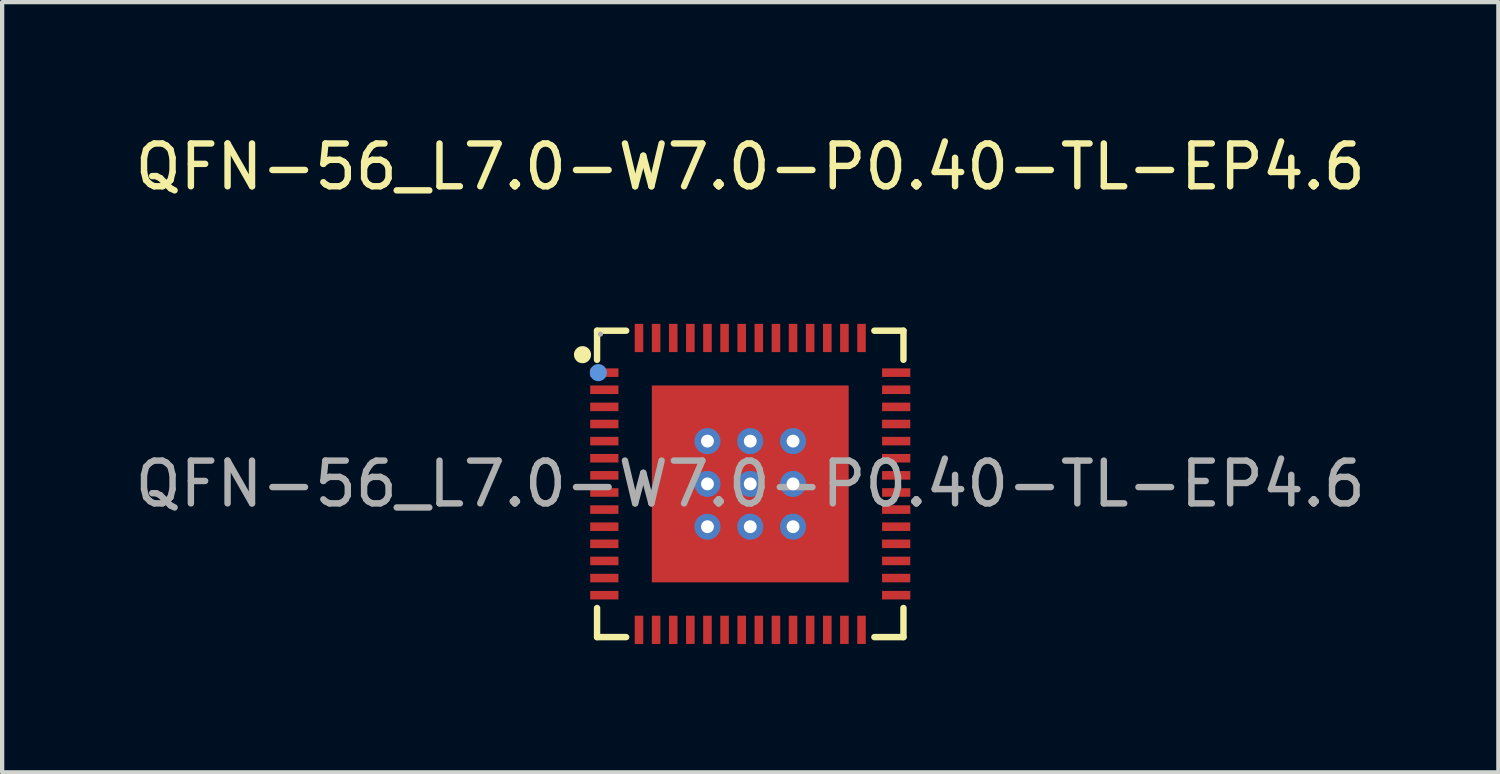
<source format=kicad_pcb>
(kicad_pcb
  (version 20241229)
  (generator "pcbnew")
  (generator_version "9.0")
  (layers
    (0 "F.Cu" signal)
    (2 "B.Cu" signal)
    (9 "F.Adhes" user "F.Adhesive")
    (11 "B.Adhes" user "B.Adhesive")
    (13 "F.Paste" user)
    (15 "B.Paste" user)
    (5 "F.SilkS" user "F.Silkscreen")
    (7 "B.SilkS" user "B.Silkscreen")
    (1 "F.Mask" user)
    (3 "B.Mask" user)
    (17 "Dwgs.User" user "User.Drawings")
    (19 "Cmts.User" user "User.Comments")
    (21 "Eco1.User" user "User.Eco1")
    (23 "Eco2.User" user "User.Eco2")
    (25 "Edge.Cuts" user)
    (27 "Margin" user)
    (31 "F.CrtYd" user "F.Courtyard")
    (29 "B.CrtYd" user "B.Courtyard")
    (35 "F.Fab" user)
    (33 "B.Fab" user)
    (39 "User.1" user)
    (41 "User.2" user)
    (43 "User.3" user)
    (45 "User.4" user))
  (footprint "QFN-56_L7.0-W7.0-P0.40-TL-EP4.6"
    (layer "F.Cu")
    (at 14.482 8.258)
    (property "Reference" "QFN-56_L7.0-W7.0-P0.40-TL-EP4.6" (at 0 -7.41 0) (layer "F.SilkS") (effects (font (size 1 1) (thickness 0.15))))
    (attr smd)
    (fp_line (start -3.58 -3.58) (end -3.58 -2.9) (stroke (width 0.15) (type solid)) (layer "F.SilkS"))
    (fp_line (start -3.58 3.58) (end -3.58 2.9) (stroke (width 0.15) (type solid)) (layer "F.SilkS"))
    (fp_line (start -2.9 -3.58) (end -3.58 -3.58) (stroke (width 0.15) (type solid)) (layer "F.SilkS"))
    (fp_line (start -2.9 3.58) (end -3.58 3.58) (stroke (width 0.15) (type solid)) (layer "F.SilkS"))
    (fp_line (start 2.9 -3.58) (end 3.58 -3.58) (stroke (width 0.15) (type solid)) (layer "F.SilkS"))
    (fp_line (start 2.9 3.58) (end 3.58 3.58) (stroke (width 0.15) (type solid)) (layer "F.SilkS"))
    (fp_line (start 3.58 -3.58) (end 3.58 -2.9) (stroke (width 0.15) (type solid)) (layer "F.SilkS"))
    (fp_line (start 3.58 3.58) (end 3.58 2.9) (stroke (width 0.15) (type solid)) (layer "F.SilkS"))
    (fp_circle (center -3.92 -3.02) (end -3.82 -3.02) (stroke (width 0.2) (type solid)) (fill no) (layer "F.SilkS"))
    (fp_circle (center -3.55 -2.6) (end -3.45 -2.6) (stroke (width 0.2) (type solid)) (fill no) (layer "Cmts.User"))
    (fp_circle (center -3.5 -3.5) (end -3.47 -3.5) (stroke (width 0.06) (type solid)) (fill no) (layer "F.Fab"))
    (fp_text user "${REFERENCE}" (at 0 0 0) (layer "F.Fab") (effects (font (size 1 1) (thickness 0.15))))
    (pad "" thru_hole circle (at -1 -1) (size 0.61 0.61) (drill 0.3) (layers "*.Cu" "*.Paste" "*.Mask"))
    (pad "" thru_hole circle (at -1 0) (size 0.61 0.61) (drill 0.3) (layers "*.Cu" "*.Paste" "*.Mask"))
    (pad "" thru_hole circle (at -1 1) (size 0.61 0.61) (drill 0.3) (layers "*.Cu" "*.Paste" "*.Mask"))
    (pad "" thru_hole circle (at 0 -1) (size 0.61 0.61) (drill 0.3) (layers "*.Cu" "*.Paste" "*.Mask"))
    (pad "" thru_hole circle (at 0 0) (size 0.61 0.61) (drill 0.3) (layers "*.Cu" "*.Paste" "*.Mask"))
    (pad "" thru_hole circle (at 0 1) (size 0.61 0.61) (drill 0.3) (layers "*.Cu" "*.Paste" "*.Mask"))
    (pad "" thru_hole circle (at 1 -1) (size 0.61 0.61) (drill 0.3) (layers "*.Cu" "*.Paste" "*.Mask"))
    (pad "" thru_hole circle (at 1 0) (size 0.61 0.61) (drill 0.3) (layers "*.Cu" "*.Paste" "*.Mask"))
    (pad "" thru_hole circle (at 1 1) (size 0.61 0.61) (drill 0.3) (layers "*.Cu" "*.Paste" "*.Mask"))
    (pad "1" smd rect (at -3.41 -2.6) (size 0.66 0.2) (layers "F.Cu" "F.Mask" "F.Paste"))
    (pad "2" smd rect (at -3.41 -2.2) (size 0.66 0.2) (layers "F.Cu" "F.Mask" "F.Paste"))
    (pad "3" smd rect (at -3.41 -1.8) (size 0.66 0.2) (layers "F.Cu" "F.Mask" "F.Paste"))
    (pad "4" smd rect (at -3.41 -1.4) (size 0.66 0.2) (layers "F.Cu" "F.Mask" "F.Paste"))
    (pad "5" smd rect (at -3.41 -1) (size 0.66 0.2) (layers "F.Cu" "F.Mask" "F.Paste"))
    (pad "6" smd rect (at -3.41 -0.6) (size 0.66 0.2) (layers "F.Cu" "F.Mask" "F.Paste"))
    (pad "7" smd rect (at -3.41 -0.2) (size 0.66 0.2) (layers "F.Cu" "F.Mask" "F.Paste"))
    (pad "8" smd rect (at -3.41 0.2) (size 0.66 0.2) (layers "F.Cu" "F.Mask" "F.Paste"))
    (pad "9" smd rect (at -3.41 0.6) (size 0.66 0.2) (layers "F.Cu" "F.Mask" "F.Paste"))
    (pad "10" smd rect (at -3.41 1) (size 0.66 0.2) (layers "F.Cu" "F.Mask" "F.Paste"))
    (pad "11" smd rect (at -3.41 1.4) (size 0.66 0.2) (layers "F.Cu" "F.Mask" "F.Paste"))
    (pad "12" smd rect (at -3.41 1.8) (size 0.66 0.2) (layers "F.Cu" "F.Mask" "F.Paste"))
    (pad "13" smd rect (at -3.41 2.2) (size 0.66 0.2) (layers "F.Cu" "F.Mask" "F.Paste"))
    (pad "14" smd rect (at -3.41 2.6) (size 0.66 0.2) (layers "F.Cu" "F.Mask" "F.Paste"))
    (pad "15" smd rect (at -2.6 3.41) (size 0.2 0.66) (layers "F.Cu" "F.Mask" "F.Paste"))
    (pad "16" smd rect (at -2.2 3.41) (size 0.2 0.66) (layers "F.Cu" "F.Mask" "F.Paste"))
    (pad "17" smd rect (at -1.8 3.41) (size 0.2 0.66) (layers "F.Cu" "F.Mask" "F.Paste"))
    (pad "18" smd rect (at -1.4 3.41) (size 0.2 0.66) (layers "F.Cu" "F.Mask" "F.Paste"))
    (pad "19" smd rect (at -1 3.41) (size 0.2 0.66) (layers "F.Cu" "F.Mask" "F.Paste"))
    (pad "20" smd rect (at -0.6 3.41) (size 0.2 0.66) (layers "F.Cu" "F.Mask" "F.Paste"))
    (pad "21" smd rect (at -0.2 3.41) (size 0.2 0.66) (layers "F.Cu" "F.Mask" "F.Paste"))
    (pad "22" smd rect (at 0.2 3.41) (size 0.2 0.66) (layers "F.Cu" "F.Mask" "F.Paste"))
    (pad "23" smd rect (at 0.6 3.41) (size 0.2 0.66) (layers "F.Cu" "F.Mask" "F.Paste"))
    (pad "24" smd rect (at 1 3.41) (size 0.2 0.66) (layers "F.Cu" "F.Mask" "F.Paste"))
    (pad "25" smd rect (at 1.4 3.41) (size 0.2 0.66) (layers "F.Cu" "F.Mask" "F.Paste"))
    (pad "26" smd rect (at 1.8 3.41) (size 0.2 0.66) (layers "F.Cu" "F.Mask" "F.Paste"))
    (pad "27" smd rect (at 2.2 3.41) (size 0.2 0.66) (layers "F.Cu" "F.Mask" "F.Paste"))
    (pad "28" smd rect (at 2.6 3.41) (size 0.2 0.66) (layers "F.Cu" "F.Mask" "F.Paste"))
    (pad "29" smd rect (at 3.41 2.6) (size 0.66 0.2) (layers "F.Cu" "F.Mask" "F.Paste"))
    (pad "30" smd rect (at 3.41 2.2) (size 0.66 0.2) (layers "F.Cu" "F.Mask" "F.Paste"))
    (pad "31" smd rect (at 3.41 1.8) (size 0.66 0.2) (layers "F.Cu" "F.Mask" "F.Paste"))
    (pad "32" smd rect (at 3.41 1.4) (size 0.66 0.2) (layers "F.Cu" "F.Mask" "F.Paste"))
    (pad "33" smd rect (at 3.41 1) (size 0.66 0.2) (layers "F.Cu" "F.Mask" "F.Paste"))
    (pad "34" smd rect (at 3.41 0.6) (size 0.66 0.2) (layers "F.Cu" "F.Mask" "F.Paste"))
    (pad "35" smd rect (at 3.41 0.2) (size 0.66 0.2) (layers "F.Cu" "F.Mask" "F.Paste"))
    (pad "36" smd rect (at 3.41 -0.2) (size 0.66 0.2) (layers "F.Cu" "F.Mask" "F.Paste"))
    (pad "37" smd rect (at 3.41 -0.6) (size 0.66 0.2) (layers "F.Cu" "F.Mask" "F.Paste"))
    (pad "38" smd rect (at 3.41 -1) (size 0.66 0.2) (layers "F.Cu" "F.Mask" "F.Paste"))
    (pad "39" smd rect (at 3.41 -1.4) (size 0.66 0.2) (layers "F.Cu" "F.Mask" "F.Paste"))
    (pad "40" smd rect (at 3.41 -1.8) (size 0.66 0.2) (layers "F.Cu" "F.Mask" "F.Paste"))
    (pad "41" smd rect (at 3.41 -2.2) (size 0.66 0.2) (layers "F.Cu" "F.Mask" "F.Paste"))
    (pad "42" smd rect (at 3.41 -2.6) (size 0.66 0.2) (layers "F.Cu" "F.Mask" "F.Paste"))
    (pad "43" smd rect (at 2.6 -3.41) (size 0.2 0.66) (layers "F.Cu" "F.Mask" "F.Paste"))
    (pad "44" smd rect (at 2.2 -3.41) (size 0.2 0.66) (layers "F.Cu" "F.Mask" "F.Paste"))
    (pad "45" smd rect (at 1.8 -3.41) (size 0.2 0.66) (layers "F.Cu" "F.Mask" "F.Paste"))
    (pad "46" smd rect (at 1.4 -3.41) (size 0.2 0.66) (layers "F.Cu" "F.Mask" "F.Paste"))
    (pad "47" smd rect (at 1 -3.41) (size 0.2 0.66) (layers "F.Cu" "F.Mask" "F.Paste"))
    (pad "48" smd rect (at 0.6 -3.41) (size 0.2 0.66) (layers "F.Cu" "F.Mask" "F.Paste"))
    (pad "49" smd rect (at 0.2 -3.41) (size 0.2 0.66) (layers "F.Cu" "F.Mask" "F.Paste"))
    (pad "50" smd rect (at -0.2 -3.41) (size 0.2 0.66) (layers "F.Cu" "F.Mask" "F.Paste"))
    (pad "51" smd rect (at -0.6 -3.41) (size 0.2 0.66) (layers "F.Cu" "F.Mask" "F.Paste"))
    (pad "52" smd rect (at -1 -3.41) (size 0.2 0.66) (layers "F.Cu" "F.Mask" "F.Paste"))
    (pad "53" smd rect (at -1.4 -3.41) (size 0.2 0.66) (layers "F.Cu" "F.Mask" "F.Paste"))
    (pad "54" smd rect (at -1.8 -3.41) (size 0.2 0.66) (layers "F.Cu" "F.Mask" "F.Paste"))
    (pad "55" smd rect (at -2.2 -3.41) (size 0.2 0.66) (layers "F.Cu" "F.Mask" "F.Paste"))
    (pad "56" smd rect (at -2.6 -3.41) (size 0.2 0.66) (layers "F.Cu" "F.Mask" "F.Paste"))
    (pad "57" smd rect (at 0 0) (size 4.6 4.6) (layers "F.Cu" "F.Mask" "F.Paste")))
  (gr_rect
    (start -3 -3)
    (end 31.964 14.998)
    (stroke (width 0.1) (type default))
    (fill no)
    (layer "Edge.Cuts")))
</source>
